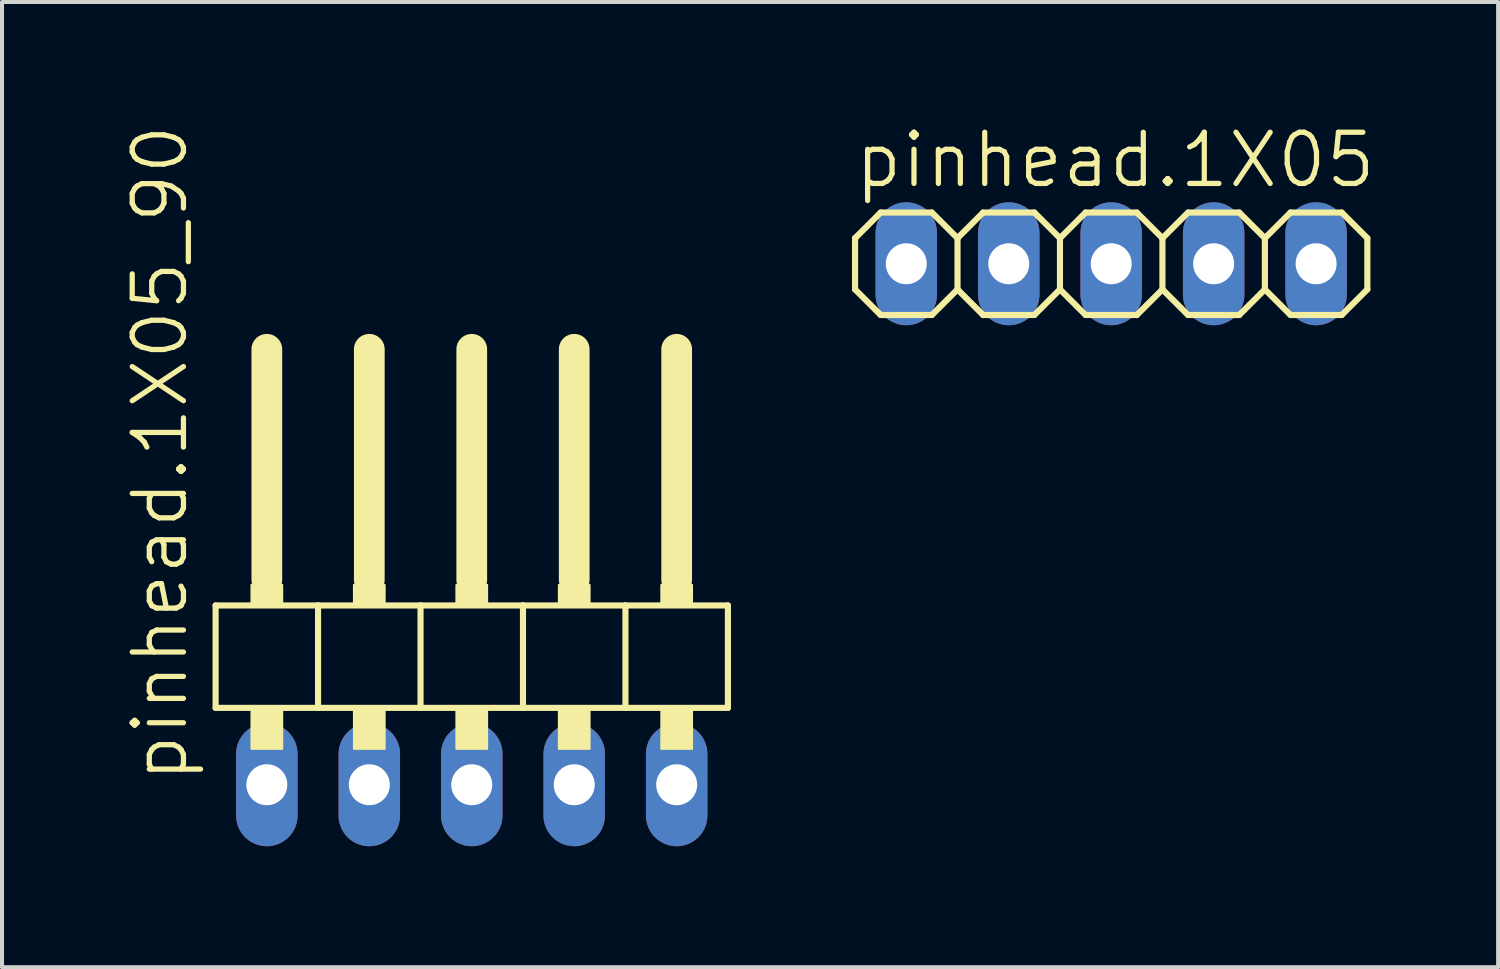
<source format=kicad_pcb>
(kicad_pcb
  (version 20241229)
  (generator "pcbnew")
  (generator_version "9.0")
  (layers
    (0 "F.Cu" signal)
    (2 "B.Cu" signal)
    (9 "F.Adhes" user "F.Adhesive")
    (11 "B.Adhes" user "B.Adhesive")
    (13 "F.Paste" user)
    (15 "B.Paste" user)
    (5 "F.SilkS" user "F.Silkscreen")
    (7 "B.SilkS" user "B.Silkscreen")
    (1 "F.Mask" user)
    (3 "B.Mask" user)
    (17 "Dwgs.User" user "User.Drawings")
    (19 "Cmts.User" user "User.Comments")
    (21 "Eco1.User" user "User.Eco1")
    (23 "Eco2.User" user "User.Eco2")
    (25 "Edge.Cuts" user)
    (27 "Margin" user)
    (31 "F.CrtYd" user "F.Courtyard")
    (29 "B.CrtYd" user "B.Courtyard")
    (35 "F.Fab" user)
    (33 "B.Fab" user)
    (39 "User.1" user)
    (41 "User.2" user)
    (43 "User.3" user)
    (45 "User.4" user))
  (footprint "pinhead.1X05"
    (layer "F.Cu")
    (at 24.497 3.489)
    (property "Reference" "pinhead.1X05" (at -6.426 -1.829 0) (layer "F.SilkS") (effects (font (size 1.27 1.27) (thickness 0.13)) (justify left bottom)))
    (attr through_hole)
    (fp_line (start -6.35 -0.635) (end -6.35 0.635) (stroke (width 0.152) (type default)) (layer "F.SilkS"))
    (fp_line (start -6.35 0.635) (end -5.715 1.27) (stroke (width 0.152) (type default)) (layer "F.SilkS"))
    (fp_line (start -5.715 -1.27) (end -6.35 -0.635) (stroke (width 0.152) (type default)) (layer "F.SilkS"))
    (fp_line (start -5.715 -1.27) (end -4.445 -1.27) (stroke (width 0.152) (type default)) (layer "F.SilkS"))
    (fp_line (start -4.445 -1.27) (end -3.81 -0.635) (stroke (width 0.152) (type default)) (layer "F.SilkS"))
    (fp_line (start -4.445 1.27) (end -5.715 1.27) (stroke (width 0.152) (type default)) (layer "F.SilkS"))
    (fp_line (start -3.81 -0.635) (end -3.81 0.635) (stroke (width 0.152) (type default)) (layer "F.SilkS"))
    (fp_line (start -3.81 -0.635) (end -3.175 -1.27) (stroke (width 0.152) (type default)) (layer "F.SilkS"))
    (fp_line (start -3.81 0.635) (end -4.445 1.27) (stroke (width 0.152) (type default)) (layer "F.SilkS"))
    (fp_line (start -3.175 -1.27) (end -1.905 -1.27) (stroke (width 0.152) (type default)) (layer "F.SilkS"))
    (fp_line (start -3.175 1.27) (end -3.81 0.635) (stroke (width 0.152) (type default)) (layer "F.SilkS"))
    (fp_line (start -1.905 -1.27) (end -1.27 -0.635) (stroke (width 0.152) (type default)) (layer "F.SilkS"))
    (fp_line (start -1.905 1.27) (end -3.175 1.27) (stroke (width 0.152) (type default)) (layer "F.SilkS"))
    (fp_line (start -1.27 -0.635) (end -1.27 0.635) (stroke (width 0.152) (type default)) (layer "F.SilkS"))
    (fp_line (start -1.27 -0.635) (end -0.635 -1.27) (stroke (width 0.152) (type default)) (layer "F.SilkS"))
    (fp_line (start -1.27 0.635) (end -1.905 1.27) (stroke (width 0.152) (type default)) (layer "F.SilkS"))
    (fp_line (start -0.635 -1.27) (end 0.635 -1.27) (stroke (width 0.152) (type default)) (layer "F.SilkS"))
    (fp_line (start -0.635 1.27) (end -1.27 0.635) (stroke (width 0.152) (type default)) (layer "F.SilkS"))
    (fp_line (start 0.635 -1.27) (end 1.27 -0.635) (stroke (width 0.152) (type default)) (layer "F.SilkS"))
    (fp_line (start 0.635 1.27) (end -0.635 1.27) (stroke (width 0.152) (type default)) (layer "F.SilkS"))
    (fp_line (start 1.27 -0.635) (end 1.27 0.635) (stroke (width 0.152) (type default)) (layer "F.SilkS"))
    (fp_line (start 1.27 0.635) (end 0.635 1.27) (stroke (width 0.152) (type default)) (layer "F.SilkS"))
    (fp_line (start 1.27 0.635) (end 1.905 1.27) (stroke (width 0.152) (type default)) (layer "F.SilkS"))
    (fp_line (start 1.905 -1.27) (end 1.27 -0.635) (stroke (width 0.152) (type default)) (layer "F.SilkS"))
    (fp_line (start 1.905 -1.27) (end 3.175 -1.27) (stroke (width 0.152) (type default)) (layer "F.SilkS"))
    (fp_line (start 3.175 -1.27) (end 3.81 -0.635) (stroke (width 0.152) (type default)) (layer "F.SilkS"))
    (fp_line (start 3.175 1.27) (end 1.905 1.27) (stroke (width 0.152) (type default)) (layer "F.SilkS"))
    (fp_line (start 3.81 -0.635) (end 3.81 0.635) (stroke (width 0.152) (type default)) (layer "F.SilkS"))
    (fp_line (start 3.81 0.635) (end 3.175 1.27) (stroke (width 0.152) (type default)) (layer "F.SilkS"))
    (fp_line (start 3.81 0.635) (end 4.445 1.27) (stroke (width 0.152) (type default)) (layer "F.SilkS"))
    (fp_line (start 4.445 -1.27) (end 3.81 -0.635) (stroke (width 0.152) (type default)) (layer "F.SilkS"))
    (fp_line (start 4.445 -1.27) (end 5.715 -1.27) (stroke (width 0.152) (type default)) (layer "F.SilkS"))
    (fp_line (start 5.715 -1.27) (end 6.35 -0.635) (stroke (width 0.152) (type default)) (layer "F.SilkS"))
    (fp_line (start 5.715 1.27) (end 4.445 1.27) (stroke (width 0.152) (type default)) (layer "F.SilkS"))
    (fp_line (start 6.35 -0.635) (end 6.35 0.635) (stroke (width 0.152) (type default)) (layer "F.SilkS"))
    (fp_line (start 6.35 0.635) (end 5.715 1.27) (stroke (width 0.152) (type default)) (layer "F.SilkS"))
    (fp_rect (start -5.334 0.254) (end -4.826 -0.254) (stroke (width 0.05) (type default)) (fill no) (layer "F.Fab"))
    (fp_rect (start -2.794 0.254) (end -2.286 -0.254) (stroke (width 0.05) (type default)) (fill no) (layer "F.Fab"))
    (fp_rect (start -0.254 0.254) (end 0.254 -0.254) (stroke (width 0.05) (type default)) (fill no) (layer "F.Fab"))
    (fp_rect (start 2.286 0.254) (end 2.794 -0.254) (stroke (width 0.05) (type default)) (fill no) (layer "F.Fab"))
    (fp_rect (start 4.826 0.254) (end 5.334 -0.254) (stroke (width 0.05) (type default)) (fill no) (layer "F.Fab"))
    (pad "1" thru_hole oval (at -5.08 0 90) (size 3.048 1.524) (drill 1.016) (layers "*.Cu" "*.Mask"))
    (pad "2" thru_hole oval (at -2.54 0 90) (size 3.048 1.524) (drill 1.016) (layers "*.Cu" "*.Mask"))
    (pad "3" thru_hole oval (at 0 0 90) (size 3.048 1.524) (drill 1.016) (layers "*.Cu" "*.Mask"))
    (pad "4" thru_hole oval (at 2.54 0 90) (size 3.048 1.524) (drill 1.016) (layers "*.Cu" "*.Mask"))
    (pad "5" thru_hole oval (at 5.08 0 90) (size 3.048 1.524) (drill 1.016) (layers "*.Cu" "*.Mask")))
  (footprint "pinhead.1X05_90"
    (layer "F.Cu")
    (at 8.645 12.594)
    (property "Reference" "pinhead.1X05_90" (at -6.985 3.81 90) (layer "F.SilkS") (effects (font (size 1.27 1.27) (thickness 0.13)) (justify left bottom)))
    (attr through_hole)
    (fp_line (start -6.35 -0.635) (end -6.35 1.905) (stroke (width 0.152) (type default)) (layer "F.SilkS"))
    (fp_line (start -6.35 1.905) (end -3.81 1.905) (stroke (width 0.152) (type default)) (layer "F.SilkS"))
    (fp_line (start -5.08 -6.985) (end -5.08 -1.27) (stroke (width 0.762) (type default)) (layer "F.SilkS"))
    (fp_line (start -3.81 -0.635) (end -6.35 -0.635) (stroke (width 0.152) (type default)) (layer "F.SilkS"))
    (fp_line (start -3.81 1.905) (end -3.81 -0.635) (stroke (width 0.152) (type default)) (layer "F.SilkS"))
    (fp_line (start -3.81 1.905) (end -1.27 1.905) (stroke (width 0.152) (type default)) (layer "F.SilkS"))
    (fp_line (start -2.54 -6.985) (end -2.54 -1.27) (stroke (width 0.762) (type default)) (layer "F.SilkS"))
    (fp_line (start -1.27 -0.635) (end -3.81 -0.635) (stroke (width 0.152) (type default)) (layer "F.SilkS"))
    (fp_line (start -1.27 1.905) (end -1.27 -0.635) (stroke (width 0.152) (type default)) (layer "F.SilkS"))
    (fp_line (start -1.27 1.905) (end 1.27 1.905) (stroke (width 0.152) (type default)) (layer "F.SilkS"))
    (fp_line (start 0 -6.985) (end 0 -1.27) (stroke (width 0.762) (type default)) (layer "F.SilkS"))
    (fp_line (start 1.27 -0.635) (end -1.27 -0.635) (stroke (width 0.152) (type default)) (layer "F.SilkS"))
    (fp_line (start 1.27 1.905) (end 1.27 -0.635) (stroke (width 0.152) (type default)) (layer "F.SilkS"))
    (fp_line (start 1.27 1.905) (end 3.81 1.905) (stroke (width 0.152) (type default)) (layer "F.SilkS"))
    (fp_line (start 2.54 -6.985) (end 2.54 -1.27) (stroke (width 0.762) (type default)) (layer "F.SilkS"))
    (fp_line (start 3.81 -0.635) (end 1.27 -0.635) (stroke (width 0.152) (type default)) (layer "F.SilkS"))
    (fp_line (start 3.81 1.905) (end 3.81 -0.635) (stroke (width 0.152) (type default)) (layer "F.SilkS"))
    (fp_line (start 3.81 1.905) (end 6.35 1.905) (stroke (width 0.152) (type default)) (layer "F.SilkS"))
    (fp_line (start 5.08 -6.985) (end 5.08 -1.27) (stroke (width 0.762) (type default)) (layer "F.SilkS"))
    (fp_line (start 6.35 -0.635) (end 3.81 -0.635) (stroke (width 0.152) (type default)) (layer "F.SilkS"))
    (fp_line (start 6.35 1.905) (end 6.35 -0.635) (stroke (width 0.152) (type default)) (layer "F.SilkS"))
    (fp_rect (start -5.461 -0.635) (end -4.699 -1.143) (stroke (width 0.05) (type default)) (fill yes) (layer "F.SilkS"))
    (fp_rect (start -5.461 2.921) (end -4.699 1.905) (stroke (width 0.05) (type default)) (fill yes) (layer "F.SilkS"))
    (fp_rect (start -2.921 -0.635) (end -2.159 -1.143) (stroke (width 0.05) (type default)) (fill yes) (layer "F.SilkS"))
    (fp_rect (start -2.921 2.921) (end -2.159 1.905) (stroke (width 0.05) (type default)) (fill yes) (layer "F.SilkS"))
    (fp_rect (start -0.381 -0.635) (end 0.381 -1.143) (stroke (width 0.05) (type default)) (fill yes) (layer "F.SilkS"))
    (fp_rect (start -0.381 2.921) (end 0.381 1.905) (stroke (width 0.05) (type default)) (fill yes) (layer "F.SilkS"))
    (fp_rect (start 2.159 -0.635) (end 2.921 -1.143) (stroke (width 0.05) (type default)) (fill yes) (layer "F.SilkS"))
    (fp_rect (start 2.159 2.921) (end 2.921 1.905) (stroke (width 0.05) (type default)) (fill yes) (layer "F.SilkS"))
    (fp_rect (start 4.699 -0.635) (end 5.461 -1.143) (stroke (width 0.05) (type default)) (fill yes) (layer "F.SilkS"))
    (fp_rect (start 4.699 2.921) (end 5.461 1.905) (stroke (width 0.05) (type default)) (fill yes) (layer "F.SilkS"))
    (pad "1" thru_hole oval (at -5.08 3.81 90) (size 3.048 1.524) (drill 1.016) (layers "*.Cu" "*.Mask"))
    (pad "2" thru_hole oval (at -2.54 3.81 90) (size 3.048 1.524) (drill 1.016) (layers "*.Cu" "*.Mask"))
    (pad "3" thru_hole oval (at 0 3.81 90) (size 3.048 1.524) (drill 1.016) (layers "*.Cu" "*.Mask"))
    (pad "4" thru_hole oval (at 2.54 3.81 90) (size 3.048 1.524) (drill 1.016) (layers "*.Cu" "*.Mask"))
    (pad "5" thru_hole oval (at 5.08 3.81 90) (size 3.048 1.524) (drill 1.016) (layers "*.Cu" "*.Mask")))
  (gr_rect
    (start -3 -3)
    (end 34.089 20.928)
    (stroke (width 0.1) (type default))
    (fill no)
    (layer "Edge.Cuts")))
</source>
